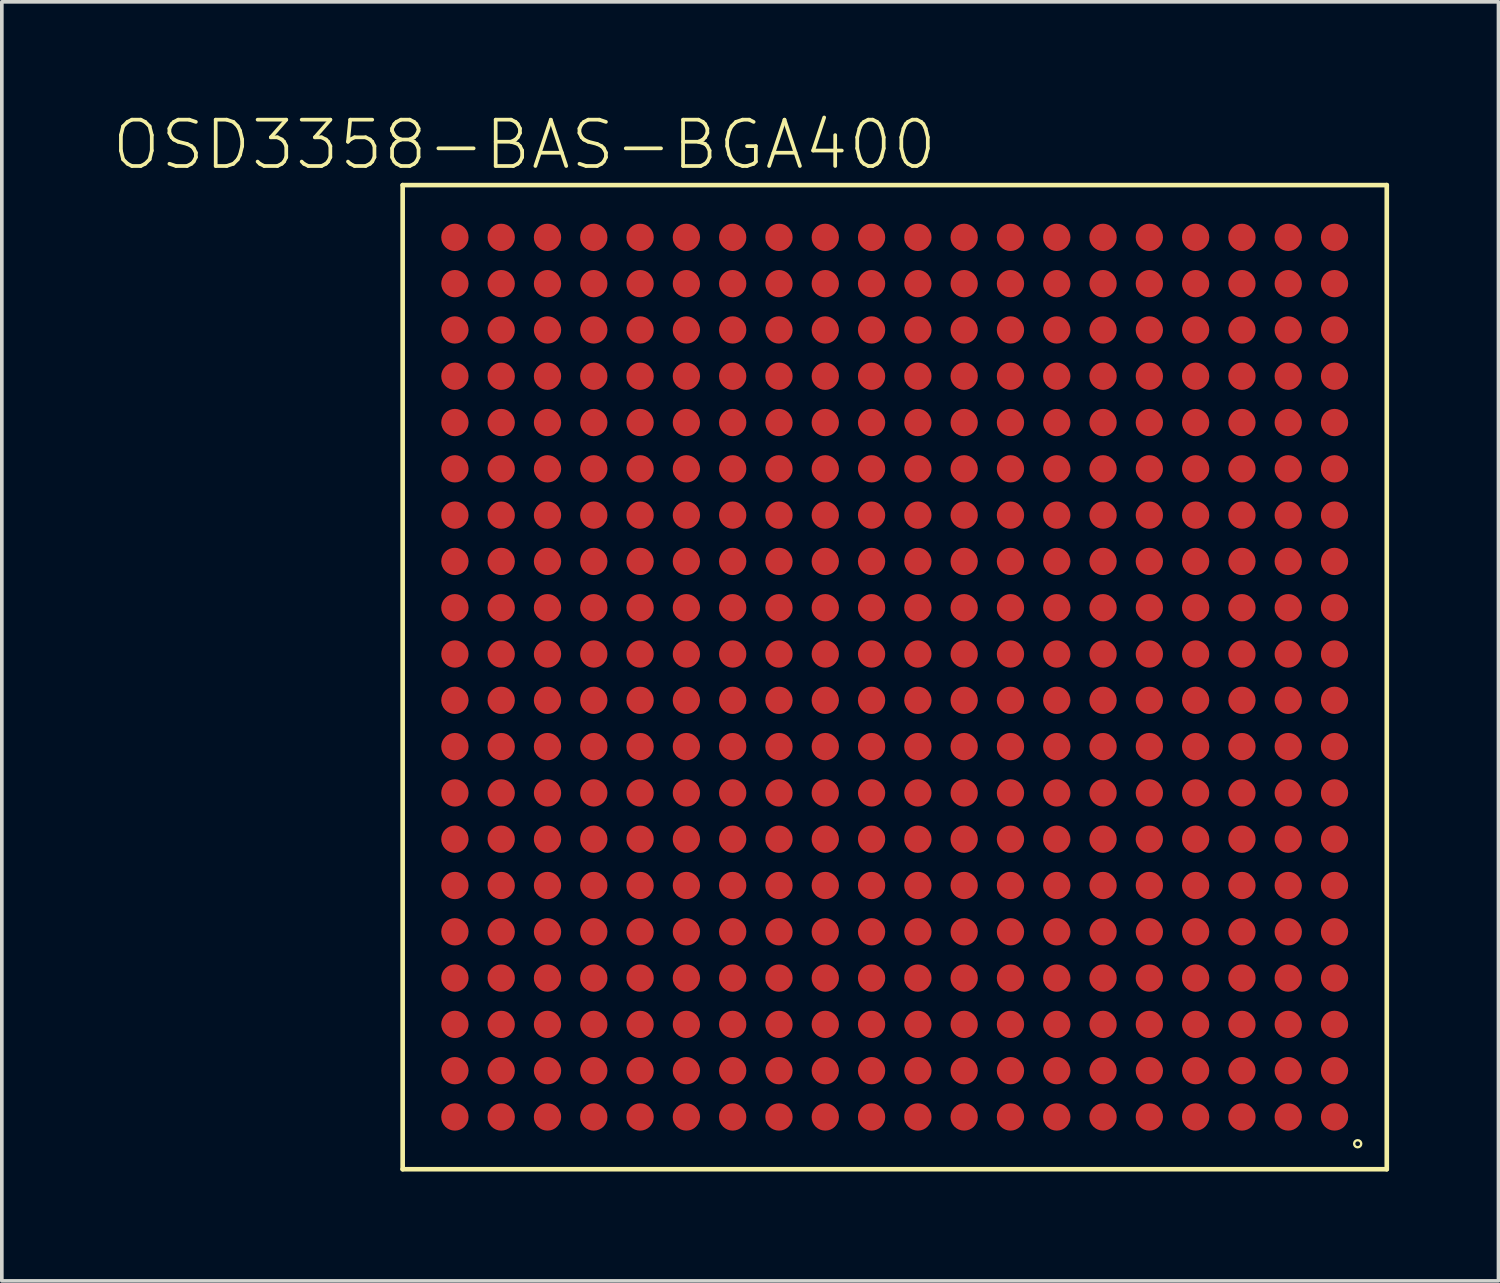
<source format=kicad_pcb>
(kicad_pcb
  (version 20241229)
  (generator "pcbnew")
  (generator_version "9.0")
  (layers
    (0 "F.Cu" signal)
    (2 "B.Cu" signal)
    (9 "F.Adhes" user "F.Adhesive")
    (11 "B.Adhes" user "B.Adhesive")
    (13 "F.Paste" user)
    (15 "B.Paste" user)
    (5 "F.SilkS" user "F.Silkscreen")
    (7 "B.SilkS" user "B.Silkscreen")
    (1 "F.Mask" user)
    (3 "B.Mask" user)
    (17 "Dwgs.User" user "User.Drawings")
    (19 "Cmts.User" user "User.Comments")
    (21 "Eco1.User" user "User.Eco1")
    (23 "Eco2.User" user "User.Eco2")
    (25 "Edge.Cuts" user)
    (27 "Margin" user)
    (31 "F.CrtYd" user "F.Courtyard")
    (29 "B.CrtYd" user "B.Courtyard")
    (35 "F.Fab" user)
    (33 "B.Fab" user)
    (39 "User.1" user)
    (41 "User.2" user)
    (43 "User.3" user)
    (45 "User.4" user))
  (footprint "OSD3358-BAS-BGA400"
    (layer "F.Cu")
    (at 21.494 15.526)
    (property "Reference" "OSD3358-BAS-BGA400" (at -10.16 -14.605 0) (layer "F.SilkS") (effects (font (size 1.27 1.27) (thickness 0.102))))
    (attr smd)
    (fp_line (start -13.498 -13.498) (end -13.498 13.498) (stroke (width 0.127) (type solid)) (layer "F.SilkS"))
    (fp_line (start -13.498 13.498) (end 13.498 13.498) (stroke (width 0.127) (type solid)) (layer "F.SilkS"))
    (fp_line (start 13.498 -13.498) (end -13.498 -13.498) (stroke (width 0.127) (type solid)) (layer "F.SilkS"))
    (fp_line (start 13.498 13.498) (end 13.498 -13.498) (stroke (width 0.127) (type solid)) (layer "F.SilkS"))
    (fp_circle (center 12.7 12.799) (end 12.769 12.868) (stroke (width 0.064) (type solid)) (fill no) (layer "F.SilkS"))
    (pad "A1" smd circle (at 12.065 12.065 90) (size 0.749 0.749) (layers "F.Cu" "F.Mask" "F.Paste"))
    (pad "A2" smd circle (at 10.795 12.065 90) (size 0.749 0.749) (layers "F.Cu" "F.Mask" "F.Paste"))
    (pad "A3" smd circle (at 9.525 12.065 90) (size 0.749 0.749) (layers "F.Cu" "F.Mask" "F.Paste"))
    (pad "A4" smd circle (at 8.255 12.065 90) (size 0.749 0.749) (layers "F.Cu" "F.Mask" "F.Paste"))
    (pad "A5" smd circle (at 6.985 12.065 90) (size 0.749 0.749) (layers "F.Cu" "F.Mask" "F.Paste"))
    (pad "A6" smd circle (at 5.715 12.065 90) (size 0.749 0.749) (layers "F.Cu" "F.Mask" "F.Paste"))
    (pad "A7" smd circle (at 4.445 12.065 90) (size 0.749 0.749) (layers "F.Cu" "F.Mask" "F.Paste"))
    (pad "A8" smd circle (at 3.175 12.065 90) (size 0.749 0.749) (layers "F.Cu" "F.Mask" "F.Paste"))
    (pad "A9" smd circle (at 1.905 12.065 90) (size 0.749 0.749) (layers "F.Cu" "F.Mask" "F.Paste"))
    (pad "A10" smd circle (at 0.635 12.065 90) (size 0.749 0.749) (layers "F.Cu" "F.Mask" "F.Paste"))
    (pad "A11" smd circle (at -0.635 12.065 90) (size 0.749 0.749) (layers "F.Cu" "F.Mask" "F.Paste"))
    (pad "A12" smd circle (at -1.905 12.065 90) (size 0.749 0.749) (layers "F.Cu" "F.Mask" "F.Paste"))
    (pad "A13" smd circle (at -3.175 12.065 90) (size 0.749 0.749) (layers "F.Cu" "F.Mask" "F.Paste"))
    (pad "A14" smd circle (at -4.445 12.065 90) (size 0.749 0.749) (layers "F.Cu" "F.Mask" "F.Paste"))
    (pad "A15" smd circle (at -5.715 12.065 90) (size 0.749 0.749) (layers "F.Cu" "F.Mask" "F.Paste"))
    (pad "A16" smd circle (at -6.985 12.065 90) (size 0.749 0.749) (layers "F.Cu" "F.Mask" "F.Paste"))
    (pad "A17" smd circle (at -8.255 12.065 90) (size 0.749 0.749) (layers "F.Cu" "F.Mask" "F.Paste"))
    (pad "A18" smd circle (at -9.525 12.065 90) (size 0.749 0.749) (layers "F.Cu" "F.Mask" "F.Paste"))
    (pad "A19" smd circle (at -10.795 12.065 90) (size 0.749 0.749) (layers "F.Cu" "F.Mask" "F.Paste"))
    (pad "A20" smd circle (at -12.065 12.065 90) (size 0.749 0.749) (layers "F.Cu" "F.Mask" "F.Paste"))
    (pad "B1" smd circle (at 12.065 10.795 90) (size 0.749 0.749) (layers "F.Cu" "F.Mask" "F.Paste"))
    (pad "B2" smd circle (at 10.795 10.795 90) (size 0.749 0.749) (layers "F.Cu" "F.Mask" "F.Paste"))
    (pad "B3" smd circle (at 9.525 10.795 90) (size 0.749 0.749) (layers "F.Cu" "F.Mask" "F.Paste"))
    (pad "B4" smd circle (at 8.255 10.795 90) (size 0.749 0.749) (layers "F.Cu" "F.Mask" "F.Paste"))
    (pad "B5" smd circle (at 6.985 10.795 90) (size 0.749 0.749) (layers "F.Cu" "F.Mask" "F.Paste"))
    (pad "B6" smd circle (at 5.715 10.795 90) (size 0.749 0.749) (layers "F.Cu" "F.Mask" "F.Paste"))
    (pad "B7" smd circle (at 4.445 10.795 90) (size 0.749 0.749) (layers "F.Cu" "F.Mask" "F.Paste"))
    (pad "B8" smd circle (at 3.175 10.795 90) (size 0.749 0.749) (layers "F.Cu" "F.Mask" "F.Paste"))
    (pad "B9" smd circle (at 1.905 10.795 90) (size 0.749 0.749) (layers "F.Cu" "F.Mask" "F.Paste"))
    (pad "B10" smd circle (at 0.635 10.795 90) (size 0.749 0.749) (layers "F.Cu" "F.Mask" "F.Paste"))
    (pad "B11" smd circle (at -0.635 10.795 90) (size 0.749 0.749) (layers "F.Cu" "F.Mask" "F.Paste"))
    (pad "B12" smd circle (at -1.905 10.795 90) (size 0.749 0.749) (layers "F.Cu" "F.Mask" "F.Paste"))
    (pad "B13" smd circle (at -3.175 10.795 90) (size 0.749 0.749) (layers "F.Cu" "F.Mask" "F.Paste"))
    (pad "B14" smd circle (at -4.445 10.795 90) (size 0.749 0.749) (layers "F.Cu" "F.Mask" "F.Paste"))
    (pad "B15" smd circle (at -5.715 10.795 90) (size 0.749 0.749) (layers "F.Cu" "F.Mask" "F.Paste"))
    (pad "B16" smd circle (at -6.985 10.795 90) (size 0.749 0.749) (layers "F.Cu" "F.Mask" "F.Paste"))
    (pad "B17" smd circle (at -8.255 10.795 90) (size 0.749 0.749) (layers "F.Cu" "F.Mask" "F.Paste"))
    (pad "B18" smd circle (at -9.525 10.795 90) (size 0.749 0.749) (layers "F.Cu" "F.Mask" "F.Paste"))
    (pad "B19" smd circle (at -10.795 10.795 90) (size 0.749 0.749) (layers "F.Cu" "F.Mask" "F.Paste"))
    (pad "B20" smd circle (at -12.065 10.795 90) (size 0.749 0.749) (layers "F.Cu" "F.Mask" "F.Paste"))
    (pad "C1" smd circle (at 12.065 9.525 90) (size 0.749 0.749) (layers "F.Cu" "F.Mask" "F.Paste"))
    (pad "C2" smd circle (at 10.795 9.525 90) (size 0.749 0.749) (layers "F.Cu" "F.Mask" "F.Paste"))
    (pad "C3" smd circle (at 9.525 9.525 90) (size 0.749 0.749) (layers "F.Cu" "F.Mask" "F.Paste"))
    (pad "C4" smd circle (at 8.255 9.525 90) (size 0.749 0.749) (layers "F.Cu" "F.Mask" "F.Paste"))
    (pad "C5" smd circle (at 6.985 9.525 90) (size 0.749 0.749) (layers "F.Cu" "F.Mask" "F.Paste"))
    (pad "C6" smd circle (at 5.715 9.525 90) (size 0.749 0.749) (layers "F.Cu" "F.Mask" "F.Paste"))
    (pad "C7" smd circle (at 4.445 9.525 90) (size 0.749 0.749) (layers "F.Cu" "F.Mask" "F.Paste"))
    (pad "C8" smd circle (at 3.175 9.525 90) (size 0.749 0.749) (layers "F.Cu" "F.Mask" "F.Paste"))
    (pad "C9" smd circle (at 1.905 9.525 90) (size 0.749 0.749) (layers "F.Cu" "F.Mask" "F.Paste"))
    (pad "C10" smd circle (at 0.635 9.525 90) (size 0.749 0.749) (layers "F.Cu" "F.Mask" "F.Paste"))
    (pad "C11" smd circle (at -0.635 9.525 90) (size 0.749 0.749) (layers "F.Cu" "F.Mask" "F.Paste"))
    (pad "C12" smd circle (at -1.905 9.525 90) (size 0.749 0.749) (layers "F.Cu" "F.Mask" "F.Paste"))
    (pad "C13" smd circle (at -3.175 9.525 90) (size 0.749 0.749) (layers "F.Cu" "F.Mask" "F.Paste"))
    (pad "C14" smd circle (at -4.445 9.525 90) (size 0.749 0.749) (layers "F.Cu" "F.Mask" "F.Paste"))
    (pad "C15" smd circle (at -5.715 9.525 90) (size 0.749 0.749) (layers "F.Cu" "F.Mask" "F.Paste"))
    (pad "C16" smd circle (at -6.985 9.525 90) (size 0.749 0.749) (layers "F.Cu" "F.Mask" "F.Paste"))
    (pad "C17" smd circle (at -8.255 9.525 90) (size 0.749 0.749) (layers "F.Cu" "F.Mask" "F.Paste"))
    (pad "C18" smd circle (at -9.525 9.525 90) (size 0.749 0.749) (layers "F.Cu" "F.Mask" "F.Paste"))
    (pad "C19" smd circle (at -10.795 9.525 90) (size 0.749 0.749) (layers "F.Cu" "F.Mask" "F.Paste"))
    (pad "C20" smd circle (at -12.065 9.525 90) (size 0.749 0.749) (layers "F.Cu" "F.Mask" "F.Paste"))
    (pad "D1" smd circle (at 12.065 8.255 90) (size 0.749 0.749) (layers "F.Cu" "F.Mask" "F.Paste"))
    (pad "D2" smd circle (at 10.795 8.255 90) (size 0.749 0.749) (layers "F.Cu" "F.Mask" "F.Paste"))
    (pad "D3" smd circle (at 9.525 8.255 90) (size 0.749 0.749) (layers "F.Cu" "F.Mask" "F.Paste"))
    (pad "D4" smd circle (at 8.255 8.255 90) (size 0.749 0.749) (layers "F.Cu" "F.Mask" "F.Paste"))
    (pad "D5" smd circle (at 6.985 8.255 90) (size 0.749 0.749) (layers "F.Cu" "F.Mask" "F.Paste"))
    (pad "D6" smd circle (at 5.715 8.255 90) (size 0.749 0.749) (layers "F.Cu" "F.Mask" "F.Paste"))
    (pad "D7" smd circle (at 4.445 8.255 90) (size 0.749 0.749) (layers "F.Cu" "F.Mask" "F.Paste"))
    (pad "D8" smd circle (at 3.175 8.255 90) (size 0.749 0.749) (layers "F.Cu" "F.Mask" "F.Paste"))
    (pad "D9" smd circle (at 1.905 8.255 90) (size 0.749 0.749) (layers "F.Cu" "F.Mask" "F.Paste"))
    (pad "D10" smd circle (at 0.635 8.255 90) (size 0.749 0.749) (layers "F.Cu" "F.Mask" "F.Paste"))
    (pad "D11" smd circle (at -0.635 8.255 90) (size 0.749 0.749) (layers "F.Cu" "F.Mask" "F.Paste"))
    (pad "D12" smd circle (at -1.905 8.255 90) (size 0.749 0.749) (layers "F.Cu" "F.Mask" "F.Paste"))
    (pad "D13" smd circle (at -3.175 8.255 90) (size 0.749 0.749) (layers "F.Cu" "F.Mask" "F.Paste"))
    (pad "D14" smd circle (at -4.445 8.255 90) (size 0.749 0.749) (layers "F.Cu" "F.Mask" "F.Paste"))
    (pad "D15" smd circle (at -5.715 8.255 90) (size 0.749 0.749) (layers "F.Cu" "F.Mask" "F.Paste"))
    (pad "D16" smd circle (at -6.985 8.255 90) (size 0.749 0.749) (layers "F.Cu" "F.Mask" "F.Paste"))
    (pad "D17" smd circle (at -8.255 8.255 90) (size 0.749 0.749) (layers "F.Cu" "F.Mask" "F.Paste"))
    (pad "D18" smd circle (at -9.525 8.255 90) (size 0.749 0.749) (layers "F.Cu" "F.Mask" "F.Paste"))
    (pad "D19" smd circle (at -10.795 8.255 90) (size 0.749 0.749) (layers "F.Cu" "F.Mask" "F.Paste"))
    (pad "D20" smd circle (at -12.065 8.255 90) (size 0.749 0.749) (layers "F.Cu" "F.Mask" "F.Paste"))
    (pad "E1" smd circle (at 12.065 6.985 90) (size 0.749 0.749) (layers "F.Cu" "F.Mask" "F.Paste"))
    (pad "E2" smd circle (at 10.795 6.985 90) (size 0.749 0.749) (layers "F.Cu" "F.Mask" "F.Paste"))
    (pad "E3" smd circle (at 9.525 6.985 90) (size 0.749 0.749) (layers "F.Cu" "F.Mask" "F.Paste"))
    (pad "E4" smd circle (at 8.255 6.985 90) (size 0.749 0.749) (layers "F.Cu" "F.Mask" "F.Paste"))
    (pad "E5" smd circle (at 6.985 6.985 90) (size 0.749 0.749) (layers "F.Cu" "F.Mask" "F.Paste"))
    (pad "E6" smd circle (at 5.715 6.985 90) (size 0.749 0.749) (layers "F.Cu" "F.Mask" "F.Paste"))
    (pad "E7" smd circle (at 4.445 6.985 90) (size 0.749 0.749) (layers "F.Cu" "F.Mask" "F.Paste"))
    (pad "E8" smd circle (at 3.175 6.985 90) (size 0.749 0.749) (layers "F.Cu" "F.Mask" "F.Paste"))
    (pad "E9" smd circle (at 1.905 6.985 90) (size 0.749 0.749) (layers "F.Cu" "F.Mask" "F.Paste"))
    (pad "E10" smd circle (at 0.635 6.985 90) (size 0.749 0.749) (layers "F.Cu" "F.Mask" "F.Paste"))
    (pad "E11" smd circle (at -0.635 6.985 90) (size 0.749 0.749) (layers "F.Cu" "F.Mask" "F.Paste"))
    (pad "E12" smd circle (at -1.905 6.985 90) (size 0.749 0.749) (layers "F.Cu" "F.Mask" "F.Paste"))
    (pad "E13" smd circle (at -3.175 6.985 90) (size 0.749 0.749) (layers "F.Cu" "F.Mask" "F.Paste"))
    (pad "E14" smd circle (at -4.445 6.985 90) (size 0.749 0.749) (layers "F.Cu" "F.Mask" "F.Paste"))
    (pad "E15" smd circle (at -5.715 6.985 90) (size 0.749 0.749) (layers "F.Cu" "F.Mask" "F.Paste"))
    (pad "E16" smd circle (at -6.985 6.985 90) (size 0.749 0.749) (layers "F.Cu" "F.Mask" "F.Paste"))
    (pad "E17" smd circle (at -8.255 6.985 90) (size 0.749 0.749) (layers "F.Cu" "F.Mask" "F.Paste"))
    (pad "E18" smd circle (at -9.525 6.985 90) (size 0.749 0.749) (layers "F.Cu" "F.Mask" "F.Paste"))
    (pad "E19" smd circle (at -10.795 6.985 90) (size 0.749 0.749) (layers "F.Cu" "F.Mask" "F.Paste"))
    (pad "E20" smd circle (at -12.065 6.985 90) (size 0.749 0.749) (layers "F.Cu" "F.Mask" "F.Paste"))
    (pad "F1" smd circle (at 12.065 5.715 90) (size 0.749 0.749) (layers "F.Cu" "F.Mask" "F.Paste"))
    (pad "F2" smd circle (at 10.795 5.715 90) (size 0.749 0.749) (layers "F.Cu" "F.Mask" "F.Paste"))
    (pad "F3" smd circle (at 9.525 5.715 90) (size 0.749 0.749) (layers "F.Cu" "F.Mask" "F.Paste"))
    (pad "F4" smd circle (at 8.255 5.715 90) (size 0.749 0.749) (layers "F.Cu" "F.Mask" "F.Paste"))
    (pad "F5" smd circle (at 6.985 5.715 90) (size 0.749 0.749) (layers "F.Cu" "F.Mask" "F.Paste"))
    (pad "F6" smd circle (at 5.715 5.715 90) (size 0.749 0.749) (layers "F.Cu" "F.Mask" "F.Paste"))
    (pad "F7" smd circle (at 4.445 5.715 90) (size 0.749 0.749) (layers "F.Cu" "F.Mask" "F.Paste"))
    (pad "F8" smd circle (at 3.175 5.715 90) (size 0.749 0.749) (layers "F.Cu" "F.Mask" "F.Paste"))
    (pad "F9" smd circle (at 1.905 5.715 90) (size 0.749 0.749) (layers "F.Cu" "F.Mask" "F.Paste"))
    (pad "F10" smd circle (at 0.635 5.715 90) (size 0.749 0.749) (layers "F.Cu" "F.Mask" "F.Paste"))
    (pad "F11" smd circle (at -0.635 5.715 90) (size 0.749 0.749) (layers "F.Cu" "F.Mask" "F.Paste"))
    (pad "F12" smd circle (at -1.905 5.715 90) (size 0.749 0.749) (layers "F.Cu" "F.Mask" "F.Paste"))
    (pad "F13" smd circle (at -3.175 5.715 90) (size 0.749 0.749) (layers "F.Cu" "F.Mask" "F.Paste"))
    (pad "F14" smd circle (at -4.445 5.715 90) (size 0.749 0.749) (layers "F.Cu" "F.Mask" "F.Paste"))
    (pad "F15" smd circle (at -5.715 5.715 90) (size 0.749 0.749) (layers "F.Cu" "F.Mask" "F.Paste"))
    (pad "F16" smd circle (at -6.985 5.715 90) (size 0.749 0.749) (layers "F.Cu" "F.Mask" "F.Paste"))
    (pad "F17" smd circle (at -8.255 5.715 90) (size 0.749 0.749) (layers "F.Cu" "F.Mask" "F.Paste"))
    (pad "F18" smd circle (at -9.525 5.715 90) (size 0.749 0.749) (layers "F.Cu" "F.Mask" "F.Paste"))
    (pad "F19" smd circle (at -10.795 5.715 90) (size 0.749 0.749) (layers "F.Cu" "F.Mask" "F.Paste"))
    (pad "F20" smd circle (at -12.065 5.715 90) (size 0.749 0.749) (layers "F.Cu" "F.Mask" "F.Paste"))
    (pad "G1" smd circle (at 12.065 4.445 90) (size 0.749 0.749) (layers "F.Cu" "F.Mask" "F.Paste"))
    (pad "G2" smd circle (at 10.795 4.445 90) (size 0.749 0.749) (layers "F.Cu" "F.Mask" "F.Paste"))
    (pad "G3" smd circle (at 9.525 4.445 90) (size 0.749 0.749) (layers "F.Cu" "F.Mask" "F.Paste"))
    (pad "G4" smd circle (at 8.255 4.445 90) (size 0.749 0.749) (layers "F.Cu" "F.Mask" "F.Paste"))
    (pad "G5" smd circle (at 6.985 4.445 90) (size 0.749 0.749) (layers "F.Cu" "F.Mask" "F.Paste"))
    (pad "G6" smd circle (at 5.715 4.445 90) (size 0.749 0.749) (layers "F.Cu" "F.Mask" "F.Paste"))
    (pad "G7" smd circle (at 4.445 4.445 90) (size 0.749 0.749) (layers "F.Cu" "F.Mask" "F.Paste"))
    (pad "G8" smd circle (at 3.175 4.445 90) (size 0.749 0.749) (layers "F.Cu" "F.Mask" "F.Paste"))
    (pad "G9" smd circle (at 1.905 4.445 90) (size 0.749 0.749) (layers "F.Cu" "F.Mask" "F.Paste"))
    (pad "G10" smd circle (at 0.635 4.445 90) (size 0.749 0.749) (layers "F.Cu" "F.Mask" "F.Paste"))
    (pad "G11" smd circle (at -0.635 4.445 90) (size 0.749 0.749) (layers "F.Cu" "F.Mask" "F.Paste"))
    (pad "G12" smd circle (at -1.905 4.445 90) (size 0.749 0.749) (layers "F.Cu" "F.Mask" "F.Paste"))
    (pad "G13" smd circle (at -3.175 4.445 90) (size 0.749 0.749) (layers "F.Cu" "F.Mask" "F.Paste"))
    (pad "G14" smd circle (at -4.445 4.445 90) (size 0.749 0.749) (layers "F.Cu" "F.Mask" "F.Paste"))
    (pad "G15" smd circle (at -5.715 4.445 90) (size 0.749 0.749) (layers "F.Cu" "F.Mask" "F.Paste"))
    (pad "G16" smd circle (at -6.985 4.445 90) (size 0.749 0.749) (layers "F.Cu" "F.Mask" "F.Paste"))
    (pad "G17" smd circle (at -8.255 4.445 90) (size 0.749 0.749) (layers "F.Cu" "F.Mask" "F.Paste"))
    (pad "G18" smd circle (at -9.525 4.445 90) (size 0.749 0.749) (layers "F.Cu" "F.Mask" "F.Paste"))
    (pad "G19" smd circle (at -10.795 4.445 90) (size 0.749 0.749) (layers "F.Cu" "F.Mask" "F.Paste"))
    (pad "G20" smd circle (at -12.065 4.445 90) (size 0.749 0.749) (layers "F.Cu" "F.Mask" "F.Paste"))
    (pad "H1" smd circle (at 12.065 3.175 90) (size 0.749 0.749) (layers "F.Cu" "F.Mask" "F.Paste"))
    (pad "H2" smd circle (at 10.795 3.175 90) (size 0.749 0.749) (layers "F.Cu" "F.Mask" "F.Paste"))
    (pad "H3" smd circle (at 9.525 3.175 90) (size 0.749 0.749) (layers "F.Cu" "F.Mask" "F.Paste"))
    (pad "H4" smd circle (at 8.255 3.175 90) (size 0.749 0.749) (layers "F.Cu" "F.Mask" "F.Paste"))
    (pad "H5" smd circle (at 6.985 3.175 90) (size 0.749 0.749) (layers "F.Cu" "F.Mask" "F.Paste"))
    (pad "H6" smd circle (at 5.715 3.175 90) (size 0.749 0.749) (layers "F.Cu" "F.Mask" "F.Paste"))
    (pad "H7" smd circle (at 4.445 3.175 90) (size 0.749 0.749) (layers "F.Cu" "F.Mask" "F.Paste"))
    (pad "H8" smd circle (at 3.175 3.175 90) (size 0.749 0.749) (layers "F.Cu" "F.Mask" "F.Paste"))
    (pad "H9" smd circle (at 1.905 3.175 90) (size 0.749 0.749) (layers "F.Cu" "F.Mask" "F.Paste"))
    (pad "H10" smd circle (at 0.635 3.175 90) (size 0.749 0.749) (layers "F.Cu" "F.Mask" "F.Paste"))
    (pad "H11" smd circle (at -0.635 3.175 90) (size 0.749 0.749) (layers "F.Cu" "F.Mask" "F.Paste"))
    (pad "H12" smd circle (at -1.905 3.175 90) (size 0.749 0.749) (layers "F.Cu" "F.Mask" "F.Paste"))
    (pad "H13" smd circle (at -3.175 3.175 90) (size 0.749 0.749) (layers "F.Cu" "F.Mask" "F.Paste"))
    (pad "H14" smd circle (at -4.445 3.175 90) (size 0.749 0.749) (layers "F.Cu" "F.Mask" "F.Paste"))
    (pad "H15" smd circle (at -5.715 3.175 90) (size 0.749 0.749) (layers "F.Cu" "F.Mask" "F.Paste"))
    (pad "H16" smd circle (at -6.985 3.175 90) (size 0.749 0.749) (layers "F.Cu" "F.Mask" "F.Paste"))
    (pad "H17" smd circle (at -8.255 3.175 90) (size 0.749 0.749) (layers "F.Cu" "F.Mask" "F.Paste"))
    (pad "H18" smd circle (at -9.525 3.175 90) (size 0.749 0.749) (layers "F.Cu" "F.Mask" "F.Paste"))
    (pad "H19" smd circle (at -10.795 3.175 90) (size 0.749 0.749) (layers "F.Cu" "F.Mask" "F.Paste"))
    (pad "H20" smd circle (at -12.065 3.175 90) (size 0.749 0.749) (layers "F.Cu" "F.Mask" "F.Paste"))
    (pad "J1" smd circle (at 12.065 1.905 90) (size 0.749 0.749) (layers "F.Cu" "F.Mask" "F.Paste"))
    (pad "J2" smd circle (at 10.795 1.905 90) (size 0.749 0.749) (layers "F.Cu" "F.Mask" "F.Paste"))
    (pad "J3" smd circle (at 9.525 1.905 90) (size 0.749 0.749) (layers "F.Cu" "F.Mask" "F.Paste"))
    (pad "J4" smd circle (at 8.255 1.905 90) (size 0.749 0.749) (layers "F.Cu" "F.Mask" "F.Paste"))
    (pad "J5" smd circle (at 6.985 1.905 90) (size 0.749 0.749) (layers "F.Cu" "F.Mask" "F.Paste"))
    (pad "J6" smd circle (at 5.715 1.905 90) (size 0.749 0.749) (layers "F.Cu" "F.Mask" "F.Paste"))
    (pad "J7" smd circle (at 4.445 1.905 90) (size 0.749 0.749) (layers "F.Cu" "F.Mask" "F.Paste"))
    (pad "J8" smd circle (at 3.175 1.905 90) (size 0.749 0.749) (layers "F.Cu" "F.Mask" "F.Paste"))
    (pad "J9" smd circle (at 1.905 1.905 90) (size 0.749 0.749) (layers "F.Cu" "F.Mask" "F.Paste"))
    (pad "J10" smd circle (at 0.635 1.905 90) (size 0.749 0.749) (layers "F.Cu" "F.Mask" "F.Paste"))
    (pad "J11" smd circle (at -0.635 1.905 90) (size 0.749 0.749) (layers "F.Cu" "F.Mask" "F.Paste"))
    (pad "J12" smd circle (at -1.905 1.905 90) (size 0.749 0.749) (layers "F.Cu" "F.Mask" "F.Paste"))
    (pad "J13" smd circle (at -3.175 1.905 90) (size 0.749 0.749) (layers "F.Cu" "F.Mask" "F.Paste"))
    (pad "J14" smd circle (at -4.445 1.905 90) (size 0.749 0.749) (layers "F.Cu" "F.Mask" "F.Paste"))
    (pad "J15" smd circle (at -5.715 1.905 90) (size 0.749 0.749) (layers "F.Cu" "F.Mask" "F.Paste"))
    (pad "J16" smd circle (at -6.985 1.905 90) (size 0.749 0.749) (layers "F.Cu" "F.Mask" "F.Paste"))
    (pad "J17" smd circle (at -8.255 1.905 90) (size 0.749 0.749) (layers "F.Cu" "F.Mask" "F.Paste"))
    (pad "J18" smd circle (at -9.525 1.905 90) (size 0.749 0.749) (layers "F.Cu" "F.Mask" "F.Paste"))
    (pad "J19" smd circle (at -10.795 1.905 90) (size 0.749 0.749) (layers "F.Cu" "F.Mask" "F.Paste"))
    (pad "J20" smd circle (at -12.065 1.905 90) (size 0.749 0.749) (layers "F.Cu" "F.Mask" "F.Paste"))
    (pad "K1" smd circle (at 12.065 0.635 90) (size 0.749 0.749) (layers "F.Cu" "F.Mask" "F.Paste"))
    (pad "K2" smd circle (at 10.795 0.635 90) (size 0.749 0.749) (layers "F.Cu" "F.Mask" "F.Paste"))
    (pad "K3" smd circle (at 9.525 0.635 90) (size 0.749 0.749) (layers "F.Cu" "F.Mask" "F.Paste"))
    (pad "K4" smd circle (at 8.255 0.635 90) (size 0.749 0.749) (layers "F.Cu" "F.Mask" "F.Paste"))
    (pad "K5" smd circle (at 6.985 0.635 90) (size 0.749 0.749) (layers "F.Cu" "F.Mask" "F.Paste"))
    (pad "K6" smd circle (at 5.715 0.635 90) (size 0.749 0.749) (layers "F.Cu" "F.Mask" "F.Paste"))
    (pad "K7" smd circle (at 4.445 0.635 90) (size 0.749 0.749) (layers "F.Cu" "F.Mask" "F.Paste"))
    (pad "K8" smd circle (at 3.175 0.635 90) (size 0.749 0.749) (layers "F.Cu" "F.Mask" "F.Paste"))
    (pad "K9" smd circle (at 1.905 0.635 90) (size 0.749 0.749) (layers "F.Cu" "F.Mask" "F.Paste"))
    (pad "K10" smd circle (at 0.635 0.635 90) (size 0.749 0.749) (layers "F.Cu" "F.Mask" "F.Paste"))
    (pad "K11" smd circle (at -0.635 0.635 90) (size 0.749 0.749) (layers "F.Cu" "F.Mask" "F.Paste"))
    (pad "K12" smd circle (at -1.905 0.635 90) (size 0.749 0.749) (layers "F.Cu" "F.Mask" "F.Paste"))
    (pad "K13" smd circle (at -3.175 0.635 90) (size 0.749 0.749) (layers "F.Cu" "F.Mask" "F.Paste"))
    (pad "K14" smd circle (at -4.445 0.635 90) (size 0.749 0.749) (layers "F.Cu" "F.Mask" "F.Paste"))
    (pad "K15" smd circle (at -5.715 0.635 90) (size 0.749 0.749) (layers "F.Cu" "F.Mask" "F.Paste"))
    (pad "K16" smd circle (at -6.985 0.635 90) (size 0.749 0.749) (layers "F.Cu" "F.Mask" "F.Paste"))
    (pad "K17" smd circle (at -8.255 0.635 90) (size 0.749 0.749) (layers "F.Cu" "F.Mask" "F.Paste"))
    (pad "K18" smd circle (at -9.525 0.635 90) (size 0.749 0.749) (layers "F.Cu" "F.Mask" "F.Paste"))
    (pad "K19" smd circle (at -10.795 0.635 90) (size 0.749 0.749) (layers "F.Cu" "F.Mask" "F.Paste"))
    (pad "K20" smd circle (at -12.065 0.635 90) (size 0.749 0.749) (layers "F.Cu" "F.Mask" "F.Paste"))
    (pad "L1" smd circle (at 12.065 -0.635 90) (size 0.749 0.749) (layers "F.Cu" "F.Mask" "F.Paste"))
    (pad "L2" smd circle (at 10.795 -0.635 90) (size 0.749 0.749) (layers "F.Cu" "F.Mask" "F.Paste"))
    (pad "L3" smd circle (at 9.525 -0.635 90) (size 0.749 0.749) (layers "F.Cu" "F.Mask" "F.Paste"))
    (pad "L4" smd circle (at 8.255 -0.635 90) (size 0.749 0.749) (layers "F.Cu" "F.Mask" "F.Paste"))
    (pad "L5" smd circle (at 6.985 -0.635 90) (size 0.749 0.749) (layers "F.Cu" "F.Mask" "F.Paste"))
    (pad "L6" smd circle (at 5.715 -0.635 90) (size 0.749 0.749) (layers "F.Cu" "F.Mask" "F.Paste"))
    (pad "L7" smd circle (at 4.445 -0.635 90) (size 0.749 0.749) (layers "F.Cu" "F.Mask" "F.Paste"))
    (pad "L8" smd circle (at 3.175 -0.635 90) (size 0.749 0.749) (layers "F.Cu" "F.Mask" "F.Paste"))
    (pad "L9" smd circle (at 1.905 -0.635 90) (size 0.749 0.749) (layers "F.Cu" "F.Mask" "F.Paste"))
    (pad "L10" smd circle (at 0.635 -0.635 90) (size 0.749 0.749) (layers "F.Cu" "F.Mask" "F.Paste"))
    (pad "L11" smd circle (at -0.635 -0.635 90) (size 0.749 0.749) (layers "F.Cu" "F.Mask" "F.Paste"))
    (pad "L12" smd circle (at -1.905 -0.635 90) (size 0.749 0.749) (layers "F.Cu" "F.Mask" "F.Paste"))
    (pad "L13" smd circle (at -3.175 -0.635 90) (size 0.749 0.749) (layers "F.Cu" "F.Mask" "F.Paste"))
    (pad "L14" smd circle (at -4.445 -0.635 90) (size 0.749 0.749) (layers "F.Cu" "F.Mask" "F.Paste"))
    (pad "L15" smd circle (at -5.715 -0.635 90) (size 0.749 0.749) (layers "F.Cu" "F.Mask" "F.Paste"))
    (pad "L16" smd circle (at -6.985 -0.635 90) (size 0.749 0.749) (layers "F.Cu" "F.Mask" "F.Paste"))
    (pad "L17" smd circle (at -8.255 -0.635 90) (size 0.749 0.749) (layers "F.Cu" "F.Mask" "F.Paste"))
    (pad "L18" smd circle (at -9.525 -0.635 90) (size 0.749 0.749) (layers "F.Cu" "F.Mask" "F.Paste"))
    (pad "L19" smd circle (at -10.795 -0.635 90) (size 0.749 0.749) (layers "F.Cu" "F.Mask" "F.Paste"))
    (pad "L20" smd circle (at -12.065 -0.635 90) (size 0.749 0.749) (layers "F.Cu" "F.Mask" "F.Paste"))
    (pad "M1" smd circle (at 12.065 -1.905 90) (size 0.749 0.749) (layers "F.Cu" "F.Mask" "F.Paste"))
    (pad "M2" smd circle (at 10.795 -1.905 90) (size 0.749 0.749) (layers "F.Cu" "F.Mask" "F.Paste"))
    (pad "M3" smd circle (at 9.525 -1.905 90) (size 0.749 0.749) (layers "F.Cu" "F.Mask" "F.Paste"))
    (pad "M4" smd circle (at 8.255 -1.905 90) (size 0.749 0.749) (layers "F.Cu" "F.Mask" "F.Paste"))
    (pad "M5" smd circle (at 6.985 -1.905 90) (size 0.749 0.749) (layers "F.Cu" "F.Mask" "F.Paste"))
    (pad "M6" smd circle (at 5.715 -1.905 90) (size 0.749 0.749) (layers "F.Cu" "F.Mask" "F.Paste"))
    (pad "M7" smd circle (at 4.445 -1.905 90) (size 0.749 0.749) (layers "F.Cu" "F.Mask" "F.Paste"))
    (pad "M8" smd circle (at 3.175 -1.905 90) (size 0.749 0.749) (layers "F.Cu" "F.Mask" "F.Paste"))
    (pad "M9" smd circle (at 1.905 -1.905 90) (size 0.749 0.749) (layers "F.Cu" "F.Mask" "F.Paste"))
    (pad "M10" smd circle (at 0.635 -1.905 90) (size 0.749 0.749) (layers "F.Cu" "F.Mask" "F.Paste"))
    (pad "M11" smd circle (at -0.635 -1.905 90) (size 0.749 0.749) (layers "F.Cu" "F.Mask" "F.Paste"))
    (pad "M12" smd circle (at -1.905 -1.905 90) (size 0.749 0.749) (layers "F.Cu" "F.Mask" "F.Paste"))
    (pad "M13" smd circle (at -3.175 -1.905 90) (size 0.749 0.749) (layers "F.Cu" "F.Mask" "F.Paste"))
    (pad "M14" smd circle (at -4.445 -1.905 90) (size 0.749 0.749) (layers "F.Cu" "F.Mask" "F.Paste"))
    (pad "M15" smd circle (at -5.715 -1.905 90) (size 0.749 0.749) (layers "F.Cu" "F.Mask" "F.Paste"))
    (pad "M16" smd circle (at -6.985 -1.905 90) (size 0.749 0.749) (layers "F.Cu" "F.Mask" "F.Paste"))
    (pad "M17" smd circle (at -8.255 -1.905 90) (size 0.749 0.749) (layers "F.Cu" "F.Mask" "F.Paste"))
    (pad "M18" smd circle (at -9.525 -1.905 90) (size 0.749 0.749) (layers "F.Cu" "F.Mask" "F.Paste"))
    (pad "M19" smd circle (at -10.795 -1.905 90) (size 0.749 0.749) (layers "F.Cu" "F.Mask" "F.Paste"))
    (pad "M20" smd circle (at -12.065 -1.905 90) (size 0.749 0.749) (layers "F.Cu" "F.Mask" "F.Paste"))
    (pad "N1" smd circle (at 12.065 -3.175 90) (size 0.749 0.749) (layers "F.Cu" "F.Mask" "F.Paste"))
    (pad "N2" smd circle (at 10.795 -3.175 90) (size 0.749 0.749) (layers "F.Cu" "F.Mask" "F.Paste"))
    (pad "N3" smd circle (at 9.525 -3.175 90) (size 0.749 0.749) (layers "F.Cu" "F.Mask" "F.Paste"))
    (pad "N4" smd circle (at 8.255 -3.175 90) (size 0.749 0.749) (layers "F.Cu" "F.Mask" "F.Paste"))
    (pad "N5" smd circle (at 6.985 -3.175 90) (size 0.749 0.749) (layers "F.Cu" "F.Mask" "F.Paste"))
    (pad "N6" smd circle (at 5.715 -3.175 90) (size 0.749 0.749) (layers "F.Cu" "F.Mask" "F.Paste"))
    (pad "N7" smd circle (at 4.445 -3.175 90) (size 0.749 0.749) (layers "F.Cu" "F.Mask" "F.Paste"))
    (pad "N8" smd circle (at 3.175 -3.175 90) (size 0.749 0.749) (layers "F.Cu" "F.Mask" "F.Paste"))
    (pad "N9" smd circle (at 1.905 -3.175 90) (size 0.749 0.749) (layers "F.Cu" "F.Mask" "F.Paste"))
    (pad "N10" smd circle (at 0.635 -3.175 90) (size 0.749 0.749) (layers "F.Cu" "F.Mask" "F.Paste"))
    (pad "N11" smd circle (at -0.635 -3.175 90) (size 0.749 0.749) (layers "F.Cu" "F.Mask" "F.Paste"))
    (pad "N12" smd circle (at -1.905 -3.175 90) (size 0.749 0.749) (layers "F.Cu" "F.Mask" "F.Paste"))
    (pad "N13" smd circle (at -3.175 -3.175 90) (size 0.749 0.749) (layers "F.Cu" "F.Mask" "F.Paste"))
    (pad "N14" smd circle (at -4.445 -3.175 90) (size 0.749 0.749) (layers "F.Cu" "F.Mask" "F.Paste"))
    (pad "N15" smd circle (at -5.715 -3.175 90) (size 0.749 0.749) (layers "F.Cu" "F.Mask" "F.Paste"))
    (pad "N16" smd circle (at -6.985 -3.175 90) (size 0.749 0.749) (layers "F.Cu" "F.Mask" "F.Paste"))
    (pad "N17" smd circle (at -8.255 -3.175 90) (size 0.749 0.749) (layers "F.Cu" "F.Mask" "F.Paste"))
    (pad "N18" smd circle (at -9.525 -3.175 90) (size 0.749 0.749) (layers "F.Cu" "F.Mask" "F.Paste"))
    (pad "N19" smd circle (at -10.795 -3.175 90) (size 0.749 0.749) (layers "F.Cu" "F.Mask" "F.Paste"))
    (pad "N20" smd circle (at -12.065 -3.175 90) (size 0.749 0.749) (layers "F.Cu" "F.Mask" "F.Paste"))
    (pad "P1" smd circle (at 12.065 -4.445 90) (size 0.749 0.749) (layers "F.Cu" "F.Mask" "F.Paste"))
    (pad "P2" smd circle (at 10.795 -4.445 90) (size 0.749 0.749) (layers "F.Cu" "F.Mask" "F.Paste"))
    (pad "P3" smd circle (at 9.525 -4.445 90) (size 0.749 0.749) (layers "F.Cu" "F.Mask" "F.Paste"))
    (pad "P4" smd circle (at 8.255 -4.445 90) (size 0.749 0.749) (layers "F.Cu" "F.Mask" "F.Paste"))
    (pad "P5" smd circle (at 6.985 -4.445 90) (size 0.749 0.749) (layers "F.Cu" "F.Mask" "F.Paste"))
    (pad "P6" smd circle (at 5.715 -4.445 90) (size 0.749 0.749) (layers "F.Cu" "F.Mask" "F.Paste"))
    (pad "P7" smd circle (at 4.445 -4.445 90) (size 0.749 0.749) (layers "F.Cu" "F.Mask" "F.Paste"))
    (pad "P8" smd circle (at 3.175 -4.445 90) (size 0.749 0.749) (layers "F.Cu" "F.Mask" "F.Paste"))
    (pad "P9" smd circle (at 1.905 -4.445 90) (size 0.749 0.749) (layers "F.Cu" "F.Mask" "F.Paste"))
    (pad "P10" smd circle (at 0.635 -4.445 90) (size 0.749 0.749) (layers "F.Cu" "F.Mask" "F.Paste"))
    (pad "P11" smd circle (at -0.635 -4.445 90) (size 0.749 0.749) (layers "F.Cu" "F.Mask" "F.Paste"))
    (pad "P12" smd circle (at -1.905 -4.445 90) (size 0.749 0.749) (layers "F.Cu" "F.Mask" "F.Paste"))
    (pad "P13" smd circle (at -3.175 -4.445 90) (size 0.749 0.749) (layers "F.Cu" "F.Mask" "F.Paste"))
    (pad "P14" smd circle (at -4.445 -4.445 90) (size 0.749 0.749) (layers "F.Cu" "F.Mask" "F.Paste"))
    (pad "P15" smd circle (at -5.715 -4.445 90) (size 0.749 0.749) (layers "F.Cu" "F.Mask" "F.Paste"))
    (pad "P16" smd circle (at -6.985 -4.445 90) (size 0.749 0.749) (layers "F.Cu" "F.Mask" "F.Paste"))
    (pad "P17" smd circle (at -8.255 -4.445 90) (size 0.749 0.749) (layers "F.Cu" "F.Mask" "F.Paste"))
    (pad "P18" smd circle (at -9.525 -4.445 90) (size 0.749 0.749) (layers "F.Cu" "F.Mask" "F.Paste"))
    (pad "P19" smd circle (at -10.795 -4.445 90) (size 0.749 0.749) (layers "F.Cu" "F.Mask" "F.Paste"))
    (pad "P20" smd circle (at -12.065 -4.445 90) (size 0.749 0.749) (layers "F.Cu" "F.Mask" "F.Paste"))
    (pad "R1" smd circle (at 12.065 -5.715 90) (size 0.749 0.749) (layers "F.Cu" "F.Mask" "F.Paste"))
    (pad "R2" smd circle (at 10.795 -5.715 90) (size 0.749 0.749) (layers "F.Cu" "F.Mask" "F.Paste"))
    (pad "R3" smd circle (at 9.525 -5.715 90) (size 0.749 0.749) (layers "F.Cu" "F.Mask" "F.Paste"))
    (pad "R4" smd circle (at 8.255 -5.715 90) (size 0.749 0.749) (layers "F.Cu" "F.Mask" "F.Paste"))
    (pad "R5" smd circle (at 6.985 -5.715 90) (size 0.749 0.749) (layers "F.Cu" "F.Mask" "F.Paste"))
    (pad "R6" smd circle (at 5.715 -5.715 90) (size 0.749 0.749) (layers "F.Cu" "F.Mask" "F.Paste"))
    (pad "R7" smd circle (at 4.445 -5.715 90) (size 0.749 0.749) (layers "F.Cu" "F.Mask" "F.Paste"))
    (pad "R8" smd circle (at 3.175 -5.715 90) (size 0.749 0.749) (layers "F.Cu" "F.Mask" "F.Paste"))
    (pad "R9" smd circle (at 1.905 -5.715 90) (size 0.749 0.749) (layers "F.Cu" "F.Mask" "F.Paste"))
    (pad "R10" smd circle (at 0.635 -5.715 90) (size 0.749 0.749) (layers "F.Cu" "F.Mask" "F.Paste"))
    (pad "R11" smd circle (at -0.635 -5.715 90) (size 0.749 0.749) (layers "F.Cu" "F.Mask" "F.Paste"))
    (pad "R12" smd circle (at -1.905 -5.715 90) (size 0.749 0.749) (layers "F.Cu" "F.Mask" "F.Paste"))
    (pad "R13" smd circle (at -3.175 -5.715 90) (size 0.749 0.749) (layers "F.Cu" "F.Mask" "F.Paste"))
    (pad "R14" smd circle (at -4.445 -5.715 90) (size 0.749 0.749) (layers "F.Cu" "F.Mask" "F.Paste"))
    (pad "R15" smd circle (at -5.715 -5.715 90) (size 0.749 0.749) (layers "F.Cu" "F.Mask" "F.Paste"))
    (pad "R16" smd circle (at -6.985 -5.715 90) (size 0.749 0.749) (layers "F.Cu" "F.Mask" "F.Paste"))
    (pad "R17" smd circle (at -8.255 -5.715 90) (size 0.749 0.749) (layers "F.Cu" "F.Mask" "F.Paste"))
    (pad "R18" smd circle (at -9.525 -5.715 90) (size 0.749 0.749) (layers "F.Cu" "F.Mask" "F.Paste"))
    (pad "R19" smd circle (at -10.795 -5.715 90) (size 0.749 0.749) (layers "F.Cu" "F.Mask" "F.Paste"))
    (pad "R20" smd circle (at -12.065 -5.715 90) (size 0.749 0.749) (layers "F.Cu" "F.Mask" "F.Paste"))
    (pad "T1" smd circle (at 12.065 -6.985 90) (size 0.749 0.749) (layers "F.Cu" "F.Mask" "F.Paste"))
    (pad "T2" smd circle (at 10.795 -6.985 90) (size 0.749 0.749) (layers "F.Cu" "F.Mask" "F.Paste"))
    (pad "T3" smd circle (at 9.525 -6.985 90) (size 0.749 0.749) (layers "F.Cu" "F.Mask" "F.Paste"))
    (pad "T4" smd circle (at 8.255 -6.985 90) (size 0.749 0.749) (layers "F.Cu" "F.Mask" "F.Paste"))
    (pad "T5" smd circle (at 6.985 -6.985 90) (size 0.749 0.749) (layers "F.Cu" "F.Mask" "F.Paste"))
    (pad "T6" smd circle (at 5.715 -6.985 90) (size 0.749 0.749) (layers "F.Cu" "F.Mask" "F.Paste"))
    (pad "T7" smd circle (at 4.445 -6.985 90) (size 0.749 0.749) (layers "F.Cu" "F.Mask" "F.Paste"))
    (pad "T8" smd circle (at 3.175 -6.985 90) (size 0.749 0.749) (layers "F.Cu" "F.Mask" "F.Paste"))
    (pad "T9" smd circle (at 1.905 -6.985 90) (size 0.749 0.749) (layers "F.Cu" "F.Mask" "F.Paste"))
    (pad "T10" smd circle (at 0.635 -6.985 90) (size 0.749 0.749) (layers "F.Cu" "F.Mask" "F.Paste"))
    (pad "T11" smd circle (at -0.635 -6.985 90) (size 0.749 0.749) (layers "F.Cu" "F.Mask" "F.Paste"))
    (pad "T12" smd circle (at -1.905 -6.985 90) (size 0.749 0.749) (layers "F.Cu" "F.Mask" "F.Paste"))
    (pad "T13" smd circle (at -3.175 -6.985 90) (size 0.749 0.749) (layers "F.Cu" "F.Mask" "F.Paste"))
    (pad "T14" smd circle (at -4.445 -6.985 90) (size 0.749 0.749) (layers "F.Cu" "F.Mask" "F.Paste"))
    (pad "T15" smd circle (at -5.715 -6.985 90) (size 0.749 0.749) (layers "F.Cu" "F.Mask" "F.Paste"))
    (pad "T16" smd circle (at -6.985 -6.985 90) (size 0.749 0.749) (layers "F.Cu" "F.Mask" "F.Paste"))
    (pad "T17" smd circle (at -8.255 -6.985 90) (size 0.749 0.749) (layers "F.Cu" "F.Mask" "F.Paste"))
    (pad "T18" smd circle (at -9.525 -6.985 90) (size 0.749 0.749) (layers "F.Cu" "F.Mask" "F.Paste"))
    (pad "T19" smd circle (at -10.795 -6.985 90) (size 0.749 0.749) (layers "F.Cu" "F.Mask" "F.Paste"))
    (pad "T20" smd circle (at -12.065 -6.985 90) (size 0.749 0.749) (layers "F.Cu" "F.Mask" "F.Paste"))
    (pad "U1" smd circle (at 12.065 -8.255 90) (size 0.749 0.749) (layers "F.Cu" "F.Mask" "F.Paste"))
    (pad "U2" smd circle (at 10.795 -8.255 90) (size 0.749 0.749) (layers "F.Cu" "F.Mask" "F.Paste"))
    (pad "U3" smd circle (at 9.525 -8.255 90) (size 0.749 0.749) (layers "F.Cu" "F.Mask" "F.Paste"))
    (pad "U4" smd circle (at 8.255 -8.255 90) (size 0.749 0.749) (layers "F.Cu" "F.Mask" "F.Paste"))
    (pad "U5" smd circle (at 6.985 -8.255 90) (size 0.749 0.749) (layers "F.Cu" "F.Mask" "F.Paste"))
    (pad "U6" smd circle (at 5.715 -8.255 90) (size 0.749 0.749) (layers "F.Cu" "F.Mask" "F.Paste"))
    (pad "U7" smd circle (at 4.445 -8.255 90) (size 0.749 0.749) (layers "F.Cu" "F.Mask" "F.Paste"))
    (pad "U8" smd circle (at 3.175 -8.255 90) (size 0.749 0.749) (layers "F.Cu" "F.Mask" "F.Paste"))
    (pad "U9" smd circle (at 1.905 -8.255 90) (size 0.749 0.749) (layers "F.Cu" "F.Mask" "F.Paste"))
    (pad "U10" smd circle (at 0.635 -8.255 90) (size 0.749 0.749) (layers "F.Cu" "F.Mask" "F.Paste"))
    (pad "U11" smd circle (at -0.635 -8.255 90) (size 0.749 0.749) (layers "F.Cu" "F.Mask" "F.Paste"))
    (pad "U12" smd circle (at -1.905 -8.255 90) (size 0.749 0.749) (layers "F.Cu" "F.Mask" "F.Paste"))
    (pad "U13" smd circle (at -3.175 -8.255 90) (size 0.749 0.749) (layers "F.Cu" "F.Mask" "F.Paste"))
    (pad "U14" smd circle (at -4.445 -8.255 90) (size 0.749 0.749) (layers "F.Cu" "F.Mask" "F.Paste"))
    (pad "U15" smd circle (at -5.715 -8.255 90) (size 0.749 0.749) (layers "F.Cu" "F.Mask" "F.Paste"))
    (pad "U16" smd circle (at -6.985 -8.255 90) (size 0.749 0.749) (layers "F.Cu" "F.Mask" "F.Paste"))
    (pad "U17" smd circle (at -8.255 -8.255 90) (size 0.749 0.749) (layers "F.Cu" "F.Mask" "F.Paste"))
    (pad "U18" smd circle (at -9.525 -8.255 90) (size 0.749 0.749) (layers "F.Cu" "F.Mask" "F.Paste"))
    (pad "U19" smd circle (at -10.795 -8.255 90) (size 0.749 0.749) (layers "F.Cu" "F.Mask" "F.Paste"))
    (pad "U20" smd circle (at -12.065 -8.255 90) (size 0.749 0.749) (layers "F.Cu" "F.Mask" "F.Paste"))
    (pad "V1" smd circle (at 12.065 -9.525 90) (size 0.749 0.749) (layers "F.Cu" "F.Mask" "F.Paste"))
    (pad "V2" smd circle (at 10.795 -9.525 90) (size 0.749 0.749) (layers "F.Cu" "F.Mask" "F.Paste"))
    (pad "V3" smd circle (at 9.525 -9.525 90) (size 0.749 0.749) (layers "F.Cu" "F.Mask" "F.Paste"))
    (pad "V4" smd circle (at 8.255 -9.525 90) (size 0.749 0.749) (layers "F.Cu" "F.Mask" "F.Paste"))
    (pad "V5" smd circle (at 6.985 -9.525 90) (size 0.749 0.749) (layers "F.Cu" "F.Mask" "F.Paste"))
    (pad "V6" smd circle (at 5.715 -9.525 90) (size 0.749 0.749) (layers "F.Cu" "F.Mask" "F.Paste"))
    (pad "V7" smd circle (at 4.445 -9.525 90) (size 0.749 0.749) (layers "F.Cu" "F.Mask" "F.Paste"))
    (pad "V8" smd circle (at 3.175 -9.525 90) (size 0.749 0.749) (layers "F.Cu" "F.Mask" "F.Paste"))
    (pad "V9" smd circle (at 1.905 -9.525 90) (size 0.749 0.749) (layers "F.Cu" "F.Mask" "F.Paste"))
    (pad "V10" smd circle (at 0.635 -9.525 90) (size 0.749 0.749) (layers "F.Cu" "F.Mask" "F.Paste"))
    (pad "V11" smd circle (at -0.635 -9.525 90) (size 0.749 0.749) (layers "F.Cu" "F.Mask" "F.Paste"))
    (pad "V12" smd circle (at -1.905 -9.525 90) (size 0.749 0.749) (layers "F.Cu" "F.Mask" "F.Paste"))
    (pad "V13" smd circle (at -3.175 -9.525 90) (size 0.749 0.749) (layers "F.Cu" "F.Mask" "F.Paste"))
    (pad "V14" smd circle (at -4.445 -9.525 90) (size 0.749 0.749) (layers "F.Cu" "F.Mask" "F.Paste"))
    (pad "V15" smd circle (at -5.715 -9.525 90) (size 0.749 0.749) (layers "F.Cu" "F.Mask" "F.Paste"))
    (pad "V16" smd circle (at -6.985 -9.525 90) (size 0.749 0.749) (layers "F.Cu" "F.Mask" "F.Paste"))
    (pad "V17" smd circle (at -8.255 -9.525 90) (size 0.749 0.749) (layers "F.Cu" "F.Mask" "F.Paste"))
    (pad "V18" smd circle (at -9.525 -9.525 90) (size 0.749 0.749) (layers "F.Cu" "F.Mask" "F.Paste"))
    (pad "V19" smd circle (at -10.795 -9.525 90) (size 0.749 0.749) (layers "F.Cu" "F.Mask" "F.Paste"))
    (pad "V20" smd circle (at -12.065 -9.525 90) (size 0.749 0.749) (layers "F.Cu" "F.Mask" "F.Paste"))
    (pad "W1" smd circle (at 12.065 -10.795 90) (size 0.749 0.749) (layers "F.Cu" "F.Mask" "F.Paste"))
    (pad "W2" smd circle (at 10.795 -10.795 90) (size 0.749 0.749) (layers "F.Cu" "F.Mask" "F.Paste"))
    (pad "W3" smd circle (at 9.525 -10.795 90) (size 0.749 0.749) (layers "F.Cu" "F.Mask" "F.Paste"))
    (pad "W4" smd circle (at 8.255 -10.795 90) (size 0.749 0.749) (layers "F.Cu" "F.Mask" "F.Paste"))
    (pad "W5" smd circle (at 6.985 -10.795 90) (size 0.749 0.749) (layers "F.Cu" "F.Mask" "F.Paste"))
    (pad "W6" smd circle (at 5.715 -10.795 90) (size 0.749 0.749) (layers "F.Cu" "F.Mask" "F.Paste"))
    (pad "W7" smd circle (at 4.445 -10.795 90) (size 0.749 0.749) (layers "F.Cu" "F.Mask" "F.Paste"))
    (pad "W8" smd circle (at 3.175 -10.795 90) (size 0.749 0.749) (layers "F.Cu" "F.Mask" "F.Paste"))
    (pad "W9" smd circle (at 1.905 -10.795 90) (size 0.749 0.749) (layers "F.Cu" "F.Mask" "F.Paste"))
    (pad "W10" smd circle (at 0.635 -10.795 90) (size 0.749 0.749) (layers "F.Cu" "F.Mask" "F.Paste"))
    (pad "W11" smd circle (at -0.635 -10.795 90) (size 0.749 0.749) (layers "F.Cu" "F.Mask" "F.Paste"))
    (pad "W12" smd circle (at -1.905 -10.795 90) (size 0.749 0.749) (layers "F.Cu" "F.Mask" "F.Paste"))
    (pad "W13" smd circle (at -3.175 -10.795 90) (size 0.749 0.749) (layers "F.Cu" "F.Mask" "F.Paste"))
    (pad "W14" smd circle (at -4.445 -10.795 90) (size 0.749 0.749) (layers "F.Cu" "F.Mask" "F.Paste"))
    (pad "W15" smd circle (at -5.715 -10.795 90) (size 0.749 0.749) (layers "F.Cu" "F.Mask" "F.Paste"))
    (pad "W16" smd circle (at -6.985 -10.795 90) (size 0.749 0.749) (layers "F.Cu" "F.Mask" "F.Paste"))
    (pad "W17" smd circle (at -8.255 -10.795 90) (size 0.749 0.749) (layers "F.Cu" "F.Mask" "F.Paste"))
    (pad "W18" smd circle (at -9.525 -10.795 90) (size 0.749 0.749) (layers "F.Cu" "F.Mask" "F.Paste"))
    (pad "W19" smd circle (at -10.795 -10.795 90) (size 0.749 0.749) (layers "F.Cu" "F.Mask" "F.Paste"))
    (pad "W20" smd circle (at -12.065 -10.795 90) (size 0.749 0.749) (layers "F.Cu" "F.Mask" "F.Paste"))
    (pad "Y1" smd circle (at 12.065 -12.065 90) (size 0.749 0.749) (layers "F.Cu" "F.Mask" "F.Paste"))
    (pad "Y2" smd circle (at 10.795 -12.065 90) (size 0.749 0.749) (layers "F.Cu" "F.Mask" "F.Paste"))
    (pad "Y3" smd circle (at 9.525 -12.065 90) (size 0.749 0.749) (layers "F.Cu" "F.Mask" "F.Paste"))
    (pad "Y4" smd circle (at 8.255 -12.065 90) (size 0.749 0.749) (layers "F.Cu" "F.Mask" "F.Paste"))
    (pad "Y5" smd circle (at 6.985 -12.065 90) (size 0.749 0.749) (layers "F.Cu" "F.Mask" "F.Paste"))
    (pad "Y6" smd circle (at 5.715 -12.065 90) (size 0.749 0.749) (layers "F.Cu" "F.Mask" "F.Paste"))
    (pad "Y7" smd circle (at 4.445 -12.065 90) (size 0.749 0.749) (layers "F.Cu" "F.Mask" "F.Paste"))
    (pad "Y8" smd circle (at 3.175 -12.065 90) (size 0.749 0.749) (layers "F.Cu" "F.Mask" "F.Paste"))
    (pad "Y9" smd circle (at 1.905 -12.065 90) (size 0.749 0.749) (layers "F.Cu" "F.Mask" "F.Paste"))
    (pad "Y10" smd circle (at 0.635 -12.065 90) (size 0.749 0.749) (layers "F.Cu" "F.Mask" "F.Paste"))
    (pad "Y11" smd circle (at -0.635 -12.065 90) (size 0.749 0.749) (layers "F.Cu" "F.Mask" "F.Paste"))
    (pad "Y12" smd circle (at -1.905 -12.065 90) (size 0.749 0.749) (layers "F.Cu" "F.Mask" "F.Paste"))
    (pad "Y13" smd circle (at -3.175 -12.065 90) (size 0.749 0.749) (layers "F.Cu" "F.Mask" "F.Paste"))
    (pad "Y14" smd circle (at -4.445 -12.065 90) (size 0.749 0.749) (layers "F.Cu" "F.Mask" "F.Paste"))
    (pad "Y15" smd circle (at -5.715 -12.065 90) (size 0.749 0.749) (layers "F.Cu" "F.Mask" "F.Paste"))
    (pad "Y16" smd circle (at -6.985 -12.065 90) (size 0.749 0.749) (layers "F.Cu" "F.Mask" "F.Paste"))
    (pad "Y17" smd circle (at -8.255 -12.065 90) (size 0.749 0.749) (layers "F.Cu" "F.Mask" "F.Paste"))
    (pad "Y18" smd circle (at -9.525 -12.065 90) (size 0.749 0.749) (layers "F.Cu" "F.Mask" "F.Paste"))
    (pad "Y19" smd circle (at -10.795 -12.065 90) (size 0.749 0.749) (layers "F.Cu" "F.Mask" "F.Paste"))
    (pad "Y20" smd circle (at -12.065 -12.065 90) (size 0.749 0.749) (layers "F.Cu" "F.Mask" "F.Paste")))
  (gr_rect
    (start -3 -3)
    (end 38.056 32.087)
    (stroke (width 0.1) (type default))
    (fill no)
    (layer "Edge.Cuts")))
</source>
